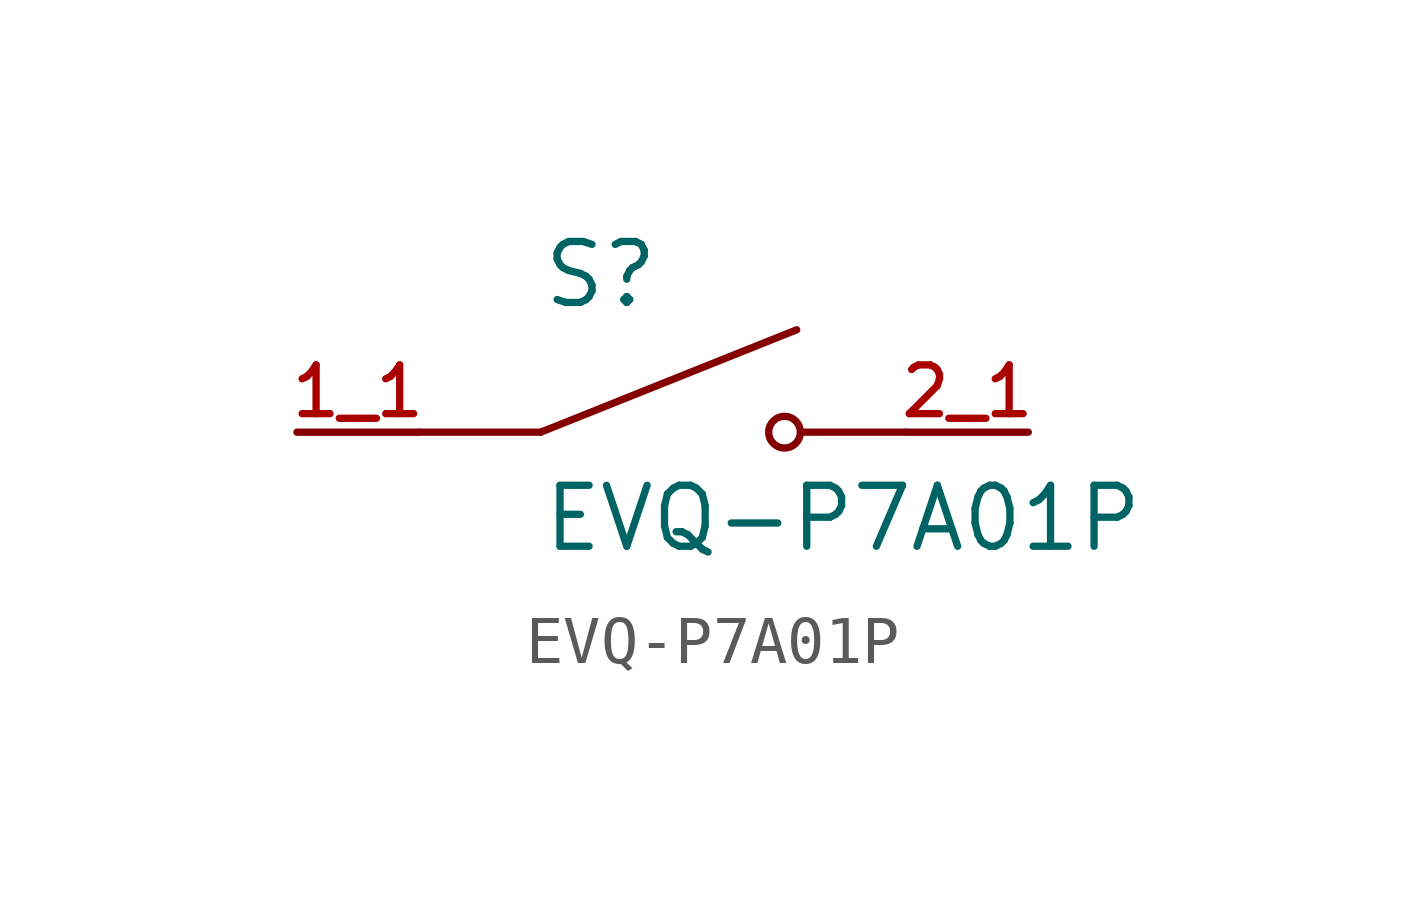
<source format=kicad_sym>
(kicad_symbol_lib
  (version 20211014)
  (generator kicad_symbol_editor)
  (symbol "EVQ-P7A01P"
    (pin_names
      (offset 1.016))
    (property "Reference" "S"
      (at -2.54 2.54 0)
      (effects (font (size 1.27 1.27)) (justify bottom left)))
    (property "Value" "EVQ-P7A01P"
      (at -2.54 -2.54 0)
      (effects (font (size 1.27 1.27)) (justify bottom left)))
    (symbol "EVQ-P7A01P_0_0"
      (polyline (pts (xy -2.54 0.0) (xy 2.794 2.134)) (stroke (width 0.152)))
      (circle (center 2.54 0.0) (radius 0.33) (stroke (width 0.152)) (fill (type none)))
      (polyline (pts (xy 5.08 0.0) (xy 2.921 0.0)) (stroke (width 0.152)))
      (polyline (pts (xy -2.54 0.0) (xy -5.08 0.0)) (stroke (width 0.152)))
      (pin passive line (at -7.62 0.0 0) (length 2.54) (name "~" (effects (font (size 1.016 1.016)))) (number "1_1" (effects (font (size 1.016 1.016)))))
      (pin passive line (at -7.62 0.0 0) (length 2.54) hide (name "~" (effects (font (size 1.016 1.016)))) (number "1_2" (effects (font (size 1.016 1.016)))))
      (pin passive line (at 7.62 0.0 180.0) (length 2.54) (name "~" (effects (font (size 1.016 1.016)))) (number "2_1" (effects (font (size 1.016 1.016)))))
      (pin passive line (at 7.62 0.0 180.0) (length 2.54) hide (name "~" (effects (font (size 1.016 1.016)))) (number "2_2" (effects (font (size 1.016 1.016))))))))
</source>
